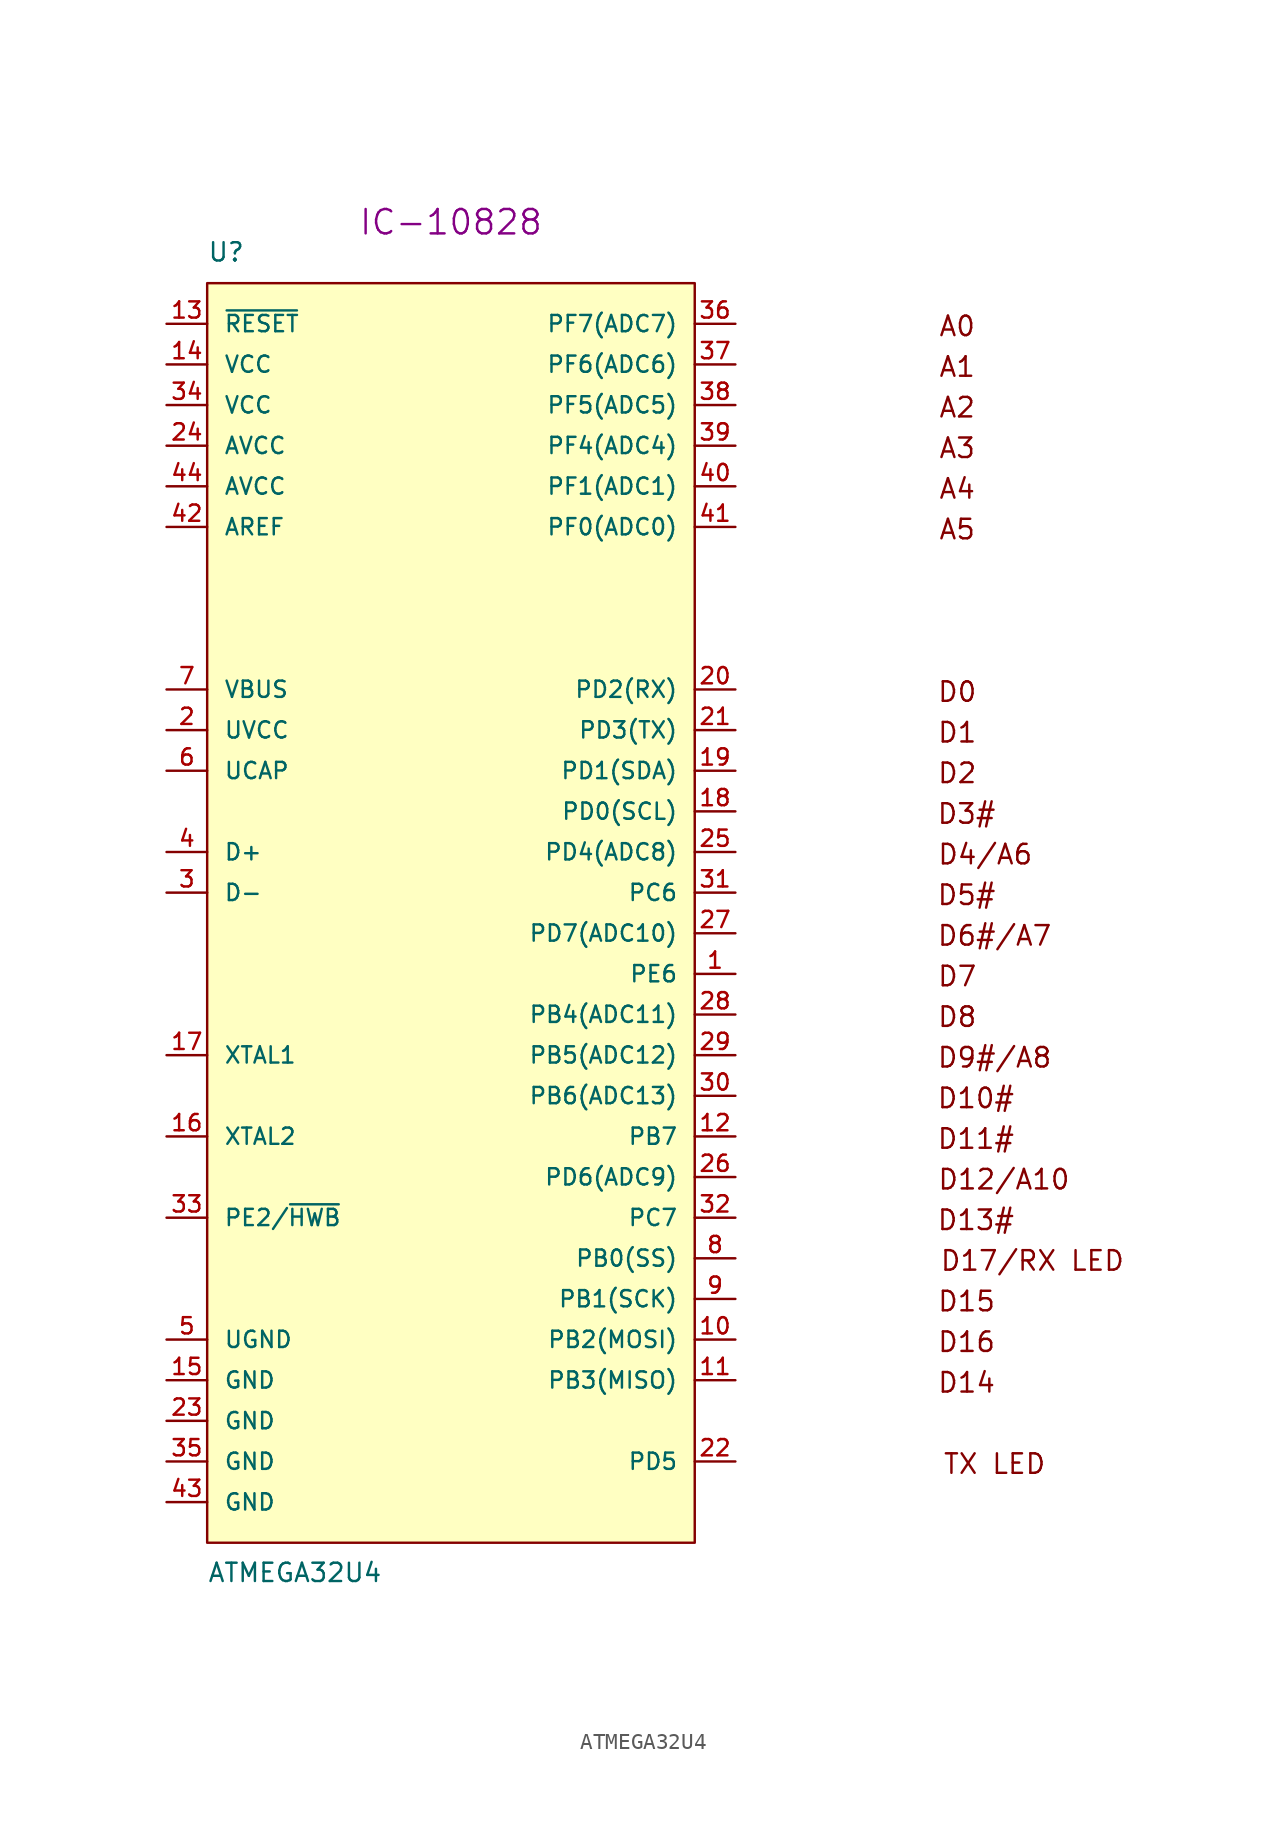
<source format=kicad_sym>
(kicad_symbol_lib
  (version 20201005)
  (generator kicad_symbol_editor)
  (symbol "ATMEGA32U4"
    (pin_names
      (offset 1.016))
    (property "Reference" "U"
      (at -15.24 40.64 0)
      (effects (font (size 1.143 1.143)) (justify left bottom)))
    (property "Value" "ATMEGA32U4"
      (at -15.24 -41.91 0)
      (effects (font (size 1.143 1.143)) (justify left bottom)))
    (property "Field4" "IC-10828"
      (at 0 43.18 0)
      (effects (font (size 1.524 1.524))))
    (property "ki_locked" ""
      (at 0 0 0)
      (effects (font (size 1.27 1.27))))
    (symbol "ATMEGA32U4_1_0"
      (text "A0" (at 31.648 36.678 0) (effects (font (size 1.219 1.219))))
      (text "A1" (at 31.648 34.138 0) (effects (font (size 1.219 1.219))))
      (text "A2" (at 31.648 31.598 0) (effects (font (size 1.219 1.219))))
      (text "A3" (at 31.648 29.058 0) (effects (font (size 1.219 1.219))))
      (text "A4" (at 31.648 26.518 0) (effects (font (size 1.219 1.219))))
      (text "A5" (at 31.648 23.978 0) (effects (font (size 1.219 1.219))))
      (text "D0" (at 31.648 13.818 0) (effects (font (size 1.219 1.219))))
      (text "D1" (at 31.648 11.278 0) (effects (font (size 1.219 1.219))))
      (text "D10#" (at 32.817 -11.582 0) (effects (font (size 1.219 1.219))))
      (text "D11#" (at 32.817 -14.122 0) (effects (font (size 1.219 1.219))))
      (text "D12/A10" (at 34.569 -16.662 0) (effects (font (size 1.219 1.219))))
      (text "D13#" (at 32.817 -19.202 0) (effects (font (size 1.219 1.219))))
      (text "D14" (at 32.233 -29.362 0) (effects (font (size 1.219 1.219))))
      (text "D15" (at 32.233 -24.282 0) (effects (font (size 1.219 1.219))))
      (text "D16" (at 32.233 -26.822 0) (effects (font (size 1.219 1.219))))
      (text "D17/RX LED" (at 36.347 -21.742 0) (effects (font (size 1.219 1.219))))
      (text "D2" (at 31.648 8.738 0) (effects (font (size 1.219 1.219))))
      (text "D3#" (at 32.233 6.198 0) (effects (font (size 1.219 1.219))))
      (text "D4/A6" (at 33.401 3.658 0) (effects (font (size 1.219 1.219))))
      (text "D5#" (at 32.233 1.118 0) (effects (font (size 1.219 1.219))))
      (text "D6#/A7" (at 33.985 -1.422 0) (effects (font (size 1.219 1.219))))
      (text "D7" (at 31.648 -3.962 0) (effects (font (size 1.219 1.219))))
      (text "D8" (at 31.648 -6.502 0) (effects (font (size 1.219 1.219))))
      (text "D9#/A8" (at 33.985 -9.042 0) (effects (font (size 1.219 1.219))))
      (text "TX LED" (at 33.985 -34.442 0) (effects (font (size 1.219 1.219)))))
    (symbol "ATMEGA32U4_1_1"
      (polyline (pts (xy -15.24 39.37) (xy -15.24 -39.37) (xy 15.24 -39.37) (xy 15.24 39.37) (xy -15.24 39.37)) (stroke (width 0)) (fill (type background)))
      (pin bidirectional line (at 17.78 -3.81 180) (length 2.54) (name "PE6" (effects (font (size 1.016 1.016)))) (number "1" (effects (font (size 1.016 1.016)))))
      (pin bidirectional line (at -17.78 11.43 0) (length 2.54) (name "UVCC" (effects (font (size 1.016 1.016)))) (number "2" (effects (font (size 1.016 1.016)))))
      (pin bidirectional line (at -17.78 1.27 0) (length 2.54) (name "D-" (effects (font (size 1.016 1.016)))) (number "3" (effects (font (size 1.016 1.016)))))
      (pin bidirectional line (at -17.78 3.81 0) (length 2.54) (name "D+" (effects (font (size 1.016 1.016)))) (number "4" (effects (font (size 1.016 1.016)))))
      (pin bidirectional line (at -17.78 -26.67 0) (length 2.54) (name "UGND" (effects (font (size 1.016 1.016)))) (number "5" (effects (font (size 1.016 1.016)))))
      (pin bidirectional line (at -17.78 8.89 0) (length 2.54) (name "UCAP" (effects (font (size 1.016 1.016)))) (number "6" (effects (font (size 1.016 1.016)))))
      (pin bidirectional line (at -17.78 13.97 0) (length 2.54) (name "VBUS" (effects (font (size 1.016 1.016)))) (number "7" (effects (font (size 1.016 1.016)))))
      (pin bidirectional line (at 17.78 -21.59 180) (length 2.54) (name "PB0(SS)" (effects (font (size 1.016 1.016)))) (number "8" (effects (font (size 1.016 1.016)))))
      (pin bidirectional line (at 17.78 -24.13 180) (length 2.54) (name "PB1(SCK)" (effects (font (size 1.016 1.016)))) (number "9" (effects (font (size 1.016 1.016)))))
      (pin bidirectional line (at 17.78 -26.67 180) (length 2.54) (name "PB2(MOSI)" (effects (font (size 1.016 1.016)))) (number "10" (effects (font (size 1.016 1.016)))))
      (pin bidirectional line (at 17.78 13.97 180) (length 2.54) (name "PD2(RX)" (effects (font (size 1.016 1.016)))) (number "20" (effects (font (size 1.016 1.016)))))
      (pin bidirectional line (at 17.78 -11.43 180) (length 2.54) (name "PB6(ADC13)" (effects (font (size 1.016 1.016)))) (number "30" (effects (font (size 1.016 1.016)))))
      (pin bidirectional line (at 17.78 26.67 180) (length 2.54) (name "PF1(ADC1)" (effects (font (size 1.016 1.016)))) (number "40" (effects (font (size 1.016 1.016)))))
      (pin bidirectional line (at 17.78 -29.21 180) (length 2.54) (name "PB3(MISO)" (effects (font (size 1.016 1.016)))) (number "11" (effects (font (size 1.016 1.016)))))
      (pin bidirectional line (at 17.78 11.43 180) (length 2.54) (name "PD3(TX)" (effects (font (size 1.016 1.016)))) (number "21" (effects (font (size 1.016 1.016)))))
      (pin bidirectional line (at 17.78 1.27 180) (length 2.54) (name "PC6" (effects (font (size 1.016 1.016)))) (number "31" (effects (font (size 1.016 1.016)))))
      (pin bidirectional line (at 17.78 24.13 180) (length 2.54) (name "PF0(ADC0)" (effects (font (size 1.016 1.016)))) (number "41" (effects (font (size 1.016 1.016)))))
      (pin bidirectional line (at 17.78 -13.97 180) (length 2.54) (name "PB7" (effects (font (size 1.016 1.016)))) (number "12" (effects (font (size 1.016 1.016)))))
      (pin bidirectional line (at 17.78 -34.29 180) (length 2.54) (name "PD5" (effects (font (size 1.016 1.016)))) (number "22" (effects (font (size 1.016 1.016)))))
      (pin bidirectional line (at 17.78 -19.05 180) (length 2.54) (name "PC7" (effects (font (size 1.016 1.016)))) (number "32" (effects (font (size 1.016 1.016)))))
      (pin bidirectional line (at -17.78 24.13 0) (length 2.54) (name "AREF" (effects (font (size 1.016 1.016)))) (number "42" (effects (font (size 1.016 1.016)))))
      (pin bidirectional line (at -17.78 36.83 0) (length 2.54) (name "~RESET" (effects (font (size 1.016 1.016)))) (number "13" (effects (font (size 1.016 1.016)))))
      (pin bidirectional line (at -17.78 -31.75 0) (length 2.54) (name "GND" (effects (font (size 1.016 1.016)))) (number "23" (effects (font (size 1.016 1.016)))))
      (pin bidirectional line (at -17.78 -19.05 0) (length 2.54) (name "PE2/~HWB" (effects (font (size 1.016 1.016)))) (number "33" (effects (font (size 1.016 1.016)))))
      (pin bidirectional line (at -17.78 -36.83 0) (length 2.54) (name "GND" (effects (font (size 1.016 1.016)))) (number "43" (effects (font (size 1.016 1.016)))))
      (pin bidirectional line (at -17.78 34.29 0) (length 2.54) (name "VCC" (effects (font (size 1.016 1.016)))) (number "14" (effects (font (size 1.016 1.016)))))
      (pin bidirectional line (at -17.78 29.21 0) (length 2.54) (name "AVCC" (effects (font (size 1.016 1.016)))) (number "24" (effects (font (size 1.016 1.016)))))
      (pin bidirectional line (at -17.78 31.75 0) (length 2.54) (name "VCC" (effects (font (size 1.016 1.016)))) (number "34" (effects (font (size 1.016 1.016)))))
      (pin bidirectional line (at -17.78 26.67 0) (length 2.54) (name "AVCC" (effects (font (size 1.016 1.016)))) (number "44" (effects (font (size 1.016 1.016)))))
      (pin bidirectional line (at -17.78 -29.21 0) (length 2.54) (name "GND" (effects (font (size 1.016 1.016)))) (number "15" (effects (font (size 1.016 1.016)))))
      (pin bidirectional line (at 17.78 3.81 180) (length 2.54) (name "PD4(ADC8)" (effects (font (size 1.016 1.016)))) (number "25" (effects (font (size 1.016 1.016)))))
      (pin bidirectional line (at -17.78 -34.29 0) (length 2.54) (name "GND" (effects (font (size 1.016 1.016)))) (number "35" (effects (font (size 1.016 1.016)))))
      (pin bidirectional line (at -17.78 -13.97 0) (length 2.54) (name "XTAL2" (effects (font (size 1.016 1.016)))) (number "16" (effects (font (size 1.016 1.016)))))
      (pin bidirectional line (at 17.78 -16.51 180) (length 2.54) (name "PD6(ADC9)" (effects (font (size 1.016 1.016)))) (number "26" (effects (font (size 1.016 1.016)))))
      (pin bidirectional line (at 17.78 36.83 180) (length 2.54) (name "PF7(ADC7)" (effects (font (size 1.016 1.016)))) (number "36" (effects (font (size 1.016 1.016)))))
      (pin bidirectional line (at -17.78 -8.89 0) (length 2.54) (name "XTAL1" (effects (font (size 1.016 1.016)))) (number "17" (effects (font (size 1.016 1.016)))))
      (pin bidirectional line (at 17.78 -1.27 180) (length 2.54) (name "PD7(ADC10)" (effects (font (size 1.016 1.016)))) (number "27" (effects (font (size 1.016 1.016)))))
      (pin bidirectional line (at 17.78 34.29 180) (length 2.54) (name "PF6(ADC6)" (effects (font (size 1.016 1.016)))) (number "37" (effects (font (size 1.016 1.016)))))
      (pin bidirectional line (at 17.78 6.35 180) (length 2.54) (name "PD0(SCL)" (effects (font (size 1.016 1.016)))) (number "18" (effects (font (size 1.016 1.016)))))
      (pin bidirectional line (at 17.78 -6.35 180) (length 2.54) (name "PB4(ADC11)" (effects (font (size 1.016 1.016)))) (number "28" (effects (font (size 1.016 1.016)))))
      (pin bidirectional line (at 17.78 31.75 180) (length 2.54) (name "PF5(ADC5)" (effects (font (size 1.016 1.016)))) (number "38" (effects (font (size 1.016 1.016)))))
      (pin bidirectional line (at 17.78 8.89 180) (length 2.54) (name "PD1(SDA)" (effects (font (size 1.016 1.016)))) (number "19" (effects (font (size 1.016 1.016)))))
      (pin bidirectional line (at 17.78 -8.89 180) (length 2.54) (name "PB5(ADC12)" (effects (font (size 1.016 1.016)))) (number "29" (effects (font (size 1.016 1.016)))))
      (pin bidirectional line (at 17.78 29.21 180) (length 2.54) (name "PF4(ADC4)" (effects (font (size 1.016 1.016)))) (number "39" (effects (font (size 1.016 1.016))))))))
</source>
